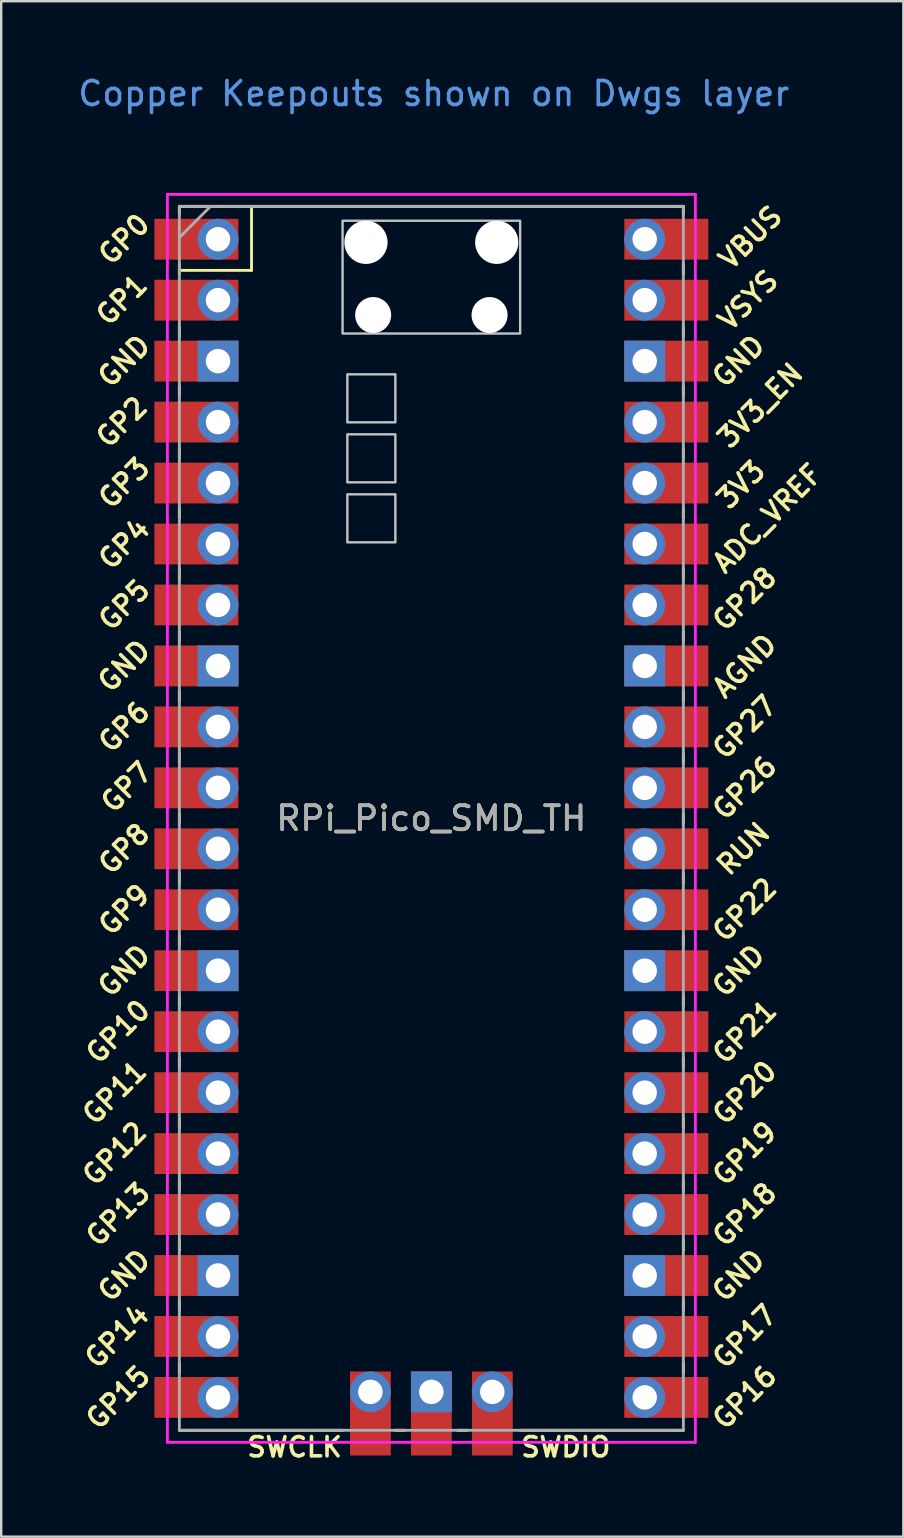
<source format=kicad_pcb>
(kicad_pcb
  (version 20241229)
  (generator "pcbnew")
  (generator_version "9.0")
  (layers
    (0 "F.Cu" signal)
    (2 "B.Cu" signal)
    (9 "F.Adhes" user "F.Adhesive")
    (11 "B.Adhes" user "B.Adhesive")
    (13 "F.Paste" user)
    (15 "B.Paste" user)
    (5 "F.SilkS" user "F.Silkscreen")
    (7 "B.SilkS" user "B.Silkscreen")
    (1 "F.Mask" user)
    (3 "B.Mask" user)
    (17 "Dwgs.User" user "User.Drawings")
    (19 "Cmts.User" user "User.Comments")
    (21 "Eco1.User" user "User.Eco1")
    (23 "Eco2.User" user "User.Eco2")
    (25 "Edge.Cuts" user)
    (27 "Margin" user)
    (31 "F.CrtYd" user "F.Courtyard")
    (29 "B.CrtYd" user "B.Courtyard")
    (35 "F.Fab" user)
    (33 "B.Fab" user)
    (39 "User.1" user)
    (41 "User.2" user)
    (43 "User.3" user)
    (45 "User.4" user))
  (footprint "RPi_Pico_SMD_TH"
    (layer "F.Cu")
    (at 14.924 31.048)
    (property "Reference" "RPi_Pico_SMD_TH" (at 0 0 0) (layer "F.SilkS") (effects (font (size 1 1) (thickness 0.15))))
    (attr through_hole)
    (fp_line (start -10.5 -25.5) (end -10.5 -25.2) (stroke (width 0.12) (type solid)) (layer "F.SilkS"))
    (fp_line (start -10.5 -25.5) (end 10.5 -25.5) (stroke (width 0.12) (type solid)) (layer "F.SilkS"))
    (fp_line (start -10.5 -23.1) (end -10.5 -22.7) (stroke (width 0.12) (type solid)) (layer "F.SilkS"))
    (fp_line (start -10.5 -22.833) (end -7.493 -22.833) (stroke (width 0.12) (type solid)) (layer "F.SilkS"))
    (fp_line (start -10.5 -20.5) (end -10.5 -20.1) (stroke (width 0.12) (type solid)) (layer "F.SilkS"))
    (fp_line (start -10.5 -18) (end -10.5 -17.6) (stroke (width 0.12) (type solid)) (layer "F.SilkS"))
    (fp_line (start -10.5 -15.4) (end -10.5 -15) (stroke (width 0.12) (type solid)) (layer "F.SilkS"))
    (fp_line (start -10.5 -12.9) (end -10.5 -12.5) (stroke (width 0.12) (type solid)) (layer "F.SilkS"))
    (fp_line (start -10.5 -10.4) (end -10.5 -10) (stroke (width 0.12) (type solid)) (layer "F.SilkS"))
    (fp_line (start -10.5 -7.8) (end -10.5 -7.4) (stroke (width 0.12) (type solid)) (layer "F.SilkS"))
    (fp_line (start -10.5 -5.3) (end -10.5 -4.9) (stroke (width 0.12) (type solid)) (layer "F.SilkS"))
    (fp_line (start -10.5 -2.7) (end -10.5 -2.3) (stroke (width 0.12) (type solid)) (layer "F.SilkS"))
    (fp_line (start -10.5 -0.2) (end -10.5 0.2) (stroke (width 0.12) (type solid)) (layer "F.SilkS"))
    (fp_line (start -10.5 2.3) (end -10.5 2.7) (stroke (width 0.12) (type solid)) (layer "F.SilkS"))
    (fp_line (start -10.5 4.9) (end -10.5 5.3) (stroke (width 0.12) (type solid)) (layer "F.SilkS"))
    (fp_line (start -10.5 7.4) (end -10.5 7.8) (stroke (width 0.12) (type solid)) (layer "F.SilkS"))
    (fp_line (start -10.5 10) (end -10.5 10.4) (stroke (width 0.12) (type solid)) (layer "F.SilkS"))
    (fp_line (start -10.5 12.5) (end -10.5 12.9) (stroke (width 0.12) (type solid)) (layer "F.SilkS"))
    (fp_line (start -10.5 15.1) (end -10.5 15.5) (stroke (width 0.12) (type solid)) (layer "F.SilkS"))
    (fp_line (start -10.5 17.6) (end -10.5 18) (stroke (width 0.12) (type solid)) (layer "F.SilkS"))
    (fp_line (start -10.5 20.1) (end -10.5 20.5) (stroke (width 0.12) (type solid)) (layer "F.SilkS"))
    (fp_line (start -10.5 22.7) (end -10.5 23.1) (stroke (width 0.12) (type solid)) (layer "F.SilkS"))
    (fp_line (start -7.493 -22.833) (end -7.493 -25.5) (stroke (width 0.12) (type solid)) (layer "F.SilkS"))
    (fp_line (start -3.7 25.5) (end -10.5 25.5) (stroke (width 0.12) (type solid)) (layer "F.SilkS"))
    (fp_line (start -1.5 25.5) (end -1.1 25.5) (stroke (width 0.12) (type solid)) (layer "F.SilkS"))
    (fp_line (start 1.1 25.5) (end 1.5 25.5) (stroke (width 0.12) (type solid)) (layer "F.SilkS"))
    (fp_line (start 10.5 -25.5) (end 10.5 -25.2) (stroke (width 0.12) (type solid)) (layer "F.SilkS"))
    (fp_line (start 10.5 -23.1) (end 10.5 -22.7) (stroke (width 0.12) (type solid)) (layer "F.SilkS"))
    (fp_line (start 10.5 -20.5) (end 10.5 -20.1) (stroke (width 0.12) (type solid)) (layer "F.SilkS"))
    (fp_line (start 10.5 -18) (end 10.5 -17.6) (stroke (width 0.12) (type solid)) (layer "F.SilkS"))
    (fp_line (start 10.5 -15.4) (end 10.5 -15) (stroke (width 0.12) (type solid)) (layer "F.SilkS"))
    (fp_line (start 10.5 -12.9) (end 10.5 -12.5) (stroke (width 0.12) (type solid)) (layer "F.SilkS"))
    (fp_line (start 10.5 -10.4) (end 10.5 -10) (stroke (width 0.12) (type solid)) (layer "F.SilkS"))
    (fp_line (start 10.5 -7.8) (end 10.5 -7.4) (stroke (width 0.12) (type solid)) (layer "F.SilkS"))
    (fp_line (start 10.5 -5.3) (end 10.5 -4.9) (stroke (width 0.12) (type solid)) (layer "F.SilkS"))
    (fp_line (start 10.5 -2.7) (end 10.5 -2.3) (stroke (width 0.12) (type solid)) (layer "F.SilkS"))
    (fp_line (start 10.5 -0.2) (end 10.5 0.2) (stroke (width 0.12) (type solid)) (layer "F.SilkS"))
    (fp_line (start 10.5 2.3) (end 10.5 2.7) (stroke (width 0.12) (type solid)) (layer "F.SilkS"))
    (fp_line (start 10.5 4.9) (end 10.5 5.3) (stroke (width 0.12) (type solid)) (layer "F.SilkS"))
    (fp_line (start 10.5 7.4) (end 10.5 7.8) (stroke (width 0.12) (type solid)) (layer "F.SilkS"))
    (fp_line (start 10.5 10) (end 10.5 10.4) (stroke (width 0.12) (type solid)) (layer "F.SilkS"))
    (fp_line (start 10.5 12.5) (end 10.5 12.9) (stroke (width 0.12) (type solid)) (layer "F.SilkS"))
    (fp_line (start 10.5 15.1) (end 10.5 15.5) (stroke (width 0.12) (type solid)) (layer "F.SilkS"))
    (fp_line (start 10.5 17.6) (end 10.5 18) (stroke (width 0.12) (type solid)) (layer "F.SilkS"))
    (fp_line (start 10.5 20.1) (end 10.5 20.5) (stroke (width 0.12) (type solid)) (layer "F.SilkS"))
    (fp_line (start 10.5 22.7) (end 10.5 23.1) (stroke (width 0.12) (type solid)) (layer "F.SilkS"))
    (fp_line (start 10.5 25.5) (end 3.7 25.5) (stroke (width 0.12) (type solid)) (layer "F.SilkS"))
    (fp_poly (pts (xy -1.5 -16.5) (xy -3.5 -16.5) (xy -3.5 -18.5) (xy -1.5 -18.5)) (stroke (width 0.1) (type solid)) (fill no) (layer "Dwgs.User"))
    (fp_poly (pts (xy -1.5 -14) (xy -3.5 -14) (xy -3.5 -16) (xy -1.5 -16)) (stroke (width 0.1) (type solid)) (fill no) (layer "Dwgs.User"))
    (fp_poly (pts (xy -1.5 -11.5) (xy -3.5 -11.5) (xy -3.5 -13.5) (xy -1.5 -13.5)) (stroke (width 0.1) (type solid)) (fill no) (layer "Dwgs.User"))
    (fp_poly (pts (xy 3.7 -20.2) (xy -3.7 -20.2) (xy -3.7 -24.9) (xy 3.7 -24.9)) (stroke (width 0.1) (type solid)) (fill no) (layer "Dwgs.User"))
    (fp_line (start -11 -26) (end 11 -26) (stroke (width 0.12) (type solid)) (layer "F.CrtYd"))
    (fp_line (start -11 26) (end -11 -26) (stroke (width 0.12) (type solid)) (layer "F.CrtYd"))
    (fp_line (start 11 -26) (end 11 26) (stroke (width 0.12) (type solid)) (layer "F.CrtYd"))
    (fp_line (start 11 26) (end -11 26) (stroke (width 0.12) (type solid)) (layer "F.CrtYd"))
    (fp_line (start -10.5 -25.5) (end 10.5 -25.5) (stroke (width 0.12) (type solid)) (layer "F.Fab"))
    (fp_line (start -10.5 -24.2) (end -9.2 -25.5) (stroke (width 0.12) (type solid)) (layer "F.Fab"))
    (fp_line (start -10.5 25.5) (end -10.5 -25.5) (stroke (width 0.12) (type solid)) (layer "F.Fab"))
    (fp_line (start 10.5 -25.5) (end 10.5 25.5) (stroke (width 0.12) (type solid)) (layer "F.Fab"))
    (fp_line (start 10.5 25.5) (end -10.5 25.5) (stroke (width 0.12) (type solid)) (layer "F.Fab"))
    (fp_text user "VSYS" (at 13.2 -21.59 45) (layer "F.SilkS") (effects (font (size 0.8 0.8) (thickness 0.15))))
    (fp_text user "GP17" (at 13.054 21.59 45) (layer "F.SilkS") (effects (font (size 0.8 0.8) (thickness 0.15))))
    (fp_text user "AGND" (at 13.054 -6.35 45) (layer "F.SilkS") (effects (font (size 0.8 0.8) (thickness 0.15))))
    (fp_text user "GP12" (at -13.2 13.97 45) (layer "F.SilkS") (effects (font (size 0.8 0.8) (thickness 0.15))))
    (fp_text user "GP7" (at -12.7 -1.3 45) (layer "F.SilkS") (effects (font (size 0.8 0.8) (thickness 0.15))))
    (fp_text user "GND" (at 12.8 19.05 45) (layer "F.SilkS") (effects (font (size 0.8 0.8) (thickness 0.15))))
    (fp_text user "GND" (at -12.8 -6.35 45) (layer "F.SilkS") (effects (font (size 0.8 0.8) (thickness 0.15))))
    (fp_text user "GND" (at 12.8 6.35 45) (layer "F.SilkS") (effects (font (size 0.8 0.8) (thickness 0.15))))
    (fp_text user "GP3" (at -12.8 -13.97 45) (layer "F.SilkS") (effects (font (size 0.8 0.8) (thickness 0.15))))
    (fp_text user "GP2" (at -12.9 -16.51 45) (layer "F.SilkS") (effects (font (size 0.8 0.8) (thickness 0.15))))
    (fp_text user "GP8" (at -12.8 1.27 45) (layer "F.SilkS") (effects (font (size 0.8 0.8) (thickness 0.15))))
    (fp_text user "GP26" (at 13.054 -1.27 45) (layer "F.SilkS") (effects (font (size 0.8 0.8) (thickness 0.15))))
    (fp_text user "GP5" (at -12.8 -8.89 45) (layer "F.SilkS") (effects (font (size 0.8 0.8) (thickness 0.15))))
    (fp_text user "GP4" (at -12.8 -11.43 45) (layer "F.SilkS") (effects (font (size 0.8 0.8) (thickness 0.15))))
    (fp_text user "RUN" (at 13 1.27 45) (layer "F.SilkS") (effects (font (size 0.8 0.8) (thickness 0.15))))
    (fp_text user "GP21" (at 13.054 8.9 45) (layer "F.SilkS") (effects (font (size 0.8 0.8) (thickness 0.15))))
    (fp_text user "GP20" (at 13.054 11.43 45) (layer "F.SilkS") (effects (font (size 0.8 0.8) (thickness 0.15))))
    (fp_text user "GP1" (at -12.9 -21.6 45) (layer "F.SilkS") (effects (font (size 0.8 0.8) (thickness 0.15))))
    (fp_text user "GND" (at 12.8 -19.05 45) (layer "F.SilkS") (effects (font (size 0.8 0.8) (thickness 0.15))))
    (fp_text user "ADC_VREF" (at 14 -12.5 45) (layer "F.SilkS") (effects (font (size 0.8 0.8) (thickness 0.15))))
    (fp_text user "GP22" (at 13.054 3.81 45) (layer "F.SilkS") (effects (font (size 0.8 0.8) (thickness 0.15))))
    (fp_text user "SWCLK" (at -5.7 26.2 0) (layer "F.SilkS") (effects (font (size 0.8 0.8) (thickness 0.15))))
    (fp_text user "GP10" (at -13.054 8.89 45) (layer "F.SilkS") (effects (font (size 0.8 0.8) (thickness 0.15))))
    (fp_text user "GP15" (at -13.054 24.13 45) (layer "F.SilkS") (effects (font (size 0.8 0.8) (thickness 0.15))))
    (fp_text user "GP27" (at 13.054 -3.8 45) (layer "F.SilkS") (effects (font (size 0.8 0.8) (thickness 0.15))))
    (fp_text user "GND" (at -12.8 -19.05 45) (layer "F.SilkS") (effects (font (size 0.8 0.8) (thickness 0.15))))
    (fp_text user "GP6" (at -12.8 -3.81 45) (layer "F.SilkS") (effects (font (size 0.8 0.8) (thickness 0.15))))
    (fp_text user "GP13" (at -13.054 16.51 45) (layer "F.SilkS") (effects (font (size 0.8 0.8) (thickness 0.15))))
    (fp_text user "SWDIO" (at 5.6 26.2 0) (layer "F.SilkS") (effects (font (size 0.8 0.8) (thickness 0.15))))
    (fp_text user "3V3" (at 12.9 -13.9 45) (layer "F.SilkS") (effects (font (size 0.8 0.8) (thickness 0.15))))
    (fp_text user "GP18" (at 13.054 16.51 45) (layer "F.SilkS") (effects (font (size 0.8 0.8) (thickness 0.15))))
    (fp_text user "GND" (at -12.8 6.35 45) (layer "F.SilkS") (effects (font (size 0.8 0.8) (thickness 0.15))))
    (fp_text user "GP9" (at -12.8 3.81 45) (layer "F.SilkS") (effects (font (size 0.8 0.8) (thickness 0.15))))
    (fp_text user "GP19" (at 13.054 13.97 45) (layer "F.SilkS") (effects (font (size 0.8 0.8) (thickness 0.15))))
    (fp_text user "GP0" (at -12.8 -24.13 45) (layer "F.SilkS") (effects (font (size 0.8 0.8) (thickness 0.15))))
    (fp_text user "GP16" (at 13.054 24.13 45) (layer "F.SilkS") (effects (font (size 0.8 0.8) (thickness 0.15))))
    (fp_text user "GP11" (at -13.2 11.43 45) (layer "F.SilkS") (effects (font (size 0.8 0.8) (thickness 0.15))))
    (fp_text user "GP28" (at 13.054 -9.144 45) (layer "F.SilkS") (effects (font (size 0.8 0.8) (thickness 0.15))))
    (fp_text user "3V3_EN" (at 13.7 -17.2 45) (layer "F.SilkS") (effects (font (size 0.8 0.8) (thickness 0.15))))
    (fp_text user "GP14" (at -13.1 21.59 45) (layer "F.SilkS") (effects (font (size 0.8 0.8) (thickness 0.15))))
    (fp_text user "VBUS" (at 13.3 -24.2 45) (layer "F.SilkS") (effects (font (size 0.8 0.8) (thickness 0.15))))
    (fp_text user "GND" (at -12.8 19.05 45) (layer "F.SilkS") (effects (font (size 0.8 0.8) (thickness 0.15))))
    (fp_text user "Copper Keepouts shown on Dwgs layer" (at 0.1 -30.2 0) (layer "Cmts.User") (effects (font (size 1 1) (thickness 0.15))))
    (fp_text user "${REFERENCE}" (at 0 0 180) (layer "F.Fab") (effects (font (size 1 1) (thickness 0.15))))
    (pad "" np_thru_hole oval (at -2.725 -24) (size 1.8 1.8) (drill 1.8) (layers "*.Cu" "*.Mask"))
    (pad "" np_thru_hole oval (at -2.425 -20.97) (size 1.5 1.5) (drill 1.5) (layers "*.Cu" "*.Mask"))
    (pad "" np_thru_hole oval (at 2.425 -20.97) (size 1.5 1.5) (drill 1.5) (layers "*.Cu" "*.Mask"))
    (pad "" np_thru_hole oval (at 2.725 -24) (size 1.8 1.8) (drill 1.8) (layers "*.Cu" "*.Mask"))
    (pad "1" thru_hole oval (at -8.89 -24.13) (size 1.7 1.7) (drill 1.02) (layers "*.Cu" "*.Mask"))
    (pad "1" smd rect (at -8.89 -24.13) (size 3.5 1.7) (drill (offset -0.9 0)) (layers "F.Cu" "F.Mask"))
    (pad "2" thru_hole oval (at -8.89 -21.59) (size 1.7 1.7) (drill 1.02) (layers "*.Cu" "*.Mask"))
    (pad "2" smd rect (at -8.89 -21.59) (size 3.5 1.7) (drill (offset -0.9 0)) (layers "F.Cu" "F.Mask"))
    (pad "3" thru_hole rect (at -8.89 -19.05) (size 1.7 1.7) (drill 1.02) (layers "*.Cu" "*.Mask"))
    (pad "3" smd rect (at -8.89 -19.05) (size 3.5 1.7) (drill (offset -0.9 0)) (layers "F.Cu" "F.Mask"))
    (pad "4" thru_hole oval (at -8.89 -16.51) (size 1.7 1.7) (drill 1.02) (layers "*.Cu" "*.Mask"))
    (pad "4" smd rect (at -8.89 -16.51) (size 3.5 1.7) (drill (offset -0.9 0)) (layers "F.Cu" "F.Mask"))
    (pad "5" thru_hole oval (at -8.89 -13.97) (size 1.7 1.7) (drill 1.02) (layers "*.Cu" "*.Mask"))
    (pad "5" smd rect (at -8.89 -13.97) (size 3.5 1.7) (drill (offset -0.9 0)) (layers "F.Cu" "F.Mask"))
    (pad "6" thru_hole oval (at -8.89 -11.43) (size 1.7 1.7) (drill 1.02) (layers "*.Cu" "*.Mask"))
    (pad "6" smd rect (at -8.89 -11.43) (size 3.5 1.7) (drill (offset -0.9 0)) (layers "F.Cu" "F.Mask"))
    (pad "7" thru_hole oval (at -8.89 -8.89) (size 1.7 1.7) (drill 1.02) (layers "*.Cu" "*.Mask"))
    (pad "7" smd rect (at -8.89 -8.89) (size 3.5 1.7) (drill (offset -0.9 0)) (layers "F.Cu" "F.Mask"))
    (pad "8" thru_hole rect (at -8.89 -6.35) (size 1.7 1.7) (drill 1.02) (layers "*.Cu" "*.Mask"))
    (pad "8" smd rect (at -8.89 -6.35) (size 3.5 1.7) (drill (offset -0.9 0)) (layers "F.Cu" "F.Mask"))
    (pad "9" thru_hole oval (at -8.89 -3.81) (size 1.7 1.7) (drill 1.02) (layers "*.Cu" "*.Mask"))
    (pad "9" smd rect (at -8.89 -3.81) (size 3.5 1.7) (drill (offset -0.9 0)) (layers "F.Cu" "F.Mask"))
    (pad "10" thru_hole oval (at -8.89 -1.27) (size 1.7 1.7) (drill 1.02) (layers "*.Cu" "*.Mask"))
    (pad "10" smd rect (at -8.89 -1.27) (size 3.5 1.7) (drill (offset -0.9 0)) (layers "F.Cu" "F.Mask"))
    (pad "11" thru_hole oval (at -8.89 1.27) (size 1.7 1.7) (drill 1.02) (layers "*.Cu" "*.Mask"))
    (pad "11" smd rect (at -8.89 1.27) (size 3.5 1.7) (drill (offset -0.9 0)) (layers "F.Cu" "F.Mask"))
    (pad "12" thru_hole oval (at -8.89 3.81) (size 1.7 1.7) (drill 1.02) (layers "*.Cu" "*.Mask"))
    (pad "12" smd rect (at -8.89 3.81) (size 3.5 1.7) (drill (offset -0.9 0)) (layers "F.Cu" "F.Mask"))
    (pad "13" thru_hole rect (at -8.89 6.35) (size 1.7 1.7) (drill 1.02) (layers "*.Cu" "*.Mask"))
    (pad "13" smd rect (at -8.89 6.35) (size 3.5 1.7) (drill (offset -0.9 0)) (layers "F.Cu" "F.Mask"))
    (pad "14" thru_hole oval (at -8.89 8.89) (size 1.7 1.7) (drill 1.02) (layers "*.Cu" "*.Mask"))
    (pad "14" smd rect (at -8.89 8.89) (size 3.5 1.7) (drill (offset -0.9 0)) (layers "F.Cu" "F.Mask"))
    (pad "15" thru_hole oval (at -8.89 11.43) (size 1.7 1.7) (drill 1.02) (layers "*.Cu" "*.Mask"))
    (pad "15" smd rect (at -8.89 11.43) (size 3.5 1.7) (drill (offset -0.9 0)) (layers "F.Cu" "F.Mask"))
    (pad "16" thru_hole oval (at -8.89 13.97) (size 1.7 1.7) (drill 1.02) (layers "*.Cu" "*.Mask"))
    (pad "16" smd rect (at -8.89 13.97) (size 3.5 1.7) (drill (offset -0.9 0)) (layers "F.Cu" "F.Mask"))
    (pad "17" thru_hole oval (at -8.89 16.51) (size 1.7 1.7) (drill 1.02) (layers "*.Cu" "*.Mask"))
    (pad "17" smd rect (at -8.89 16.51) (size 3.5 1.7) (drill (offset -0.9 0)) (layers "F.Cu" "F.Mask"))
    (pad "18" thru_hole rect (at -8.89 19.05) (size 1.7 1.7) (drill 1.02) (layers "*.Cu" "*.Mask"))
    (pad "18" smd rect (at -8.89 19.05) (size 3.5 1.7) (drill (offset -0.9 0)) (layers "F.Cu" "F.Mask"))
    (pad "19" thru_hole oval (at -8.89 21.59) (size 1.7 1.7) (drill 1.02) (layers "*.Cu" "*.Mask"))
    (pad "19" smd rect (at -8.89 21.59) (size 3.5 1.7) (drill (offset -0.9 0)) (layers "F.Cu" "F.Mask"))
    (pad "20" thru_hole oval (at -8.89 24.13) (size 1.7 1.7) (drill 1.02) (layers "*.Cu" "*.Mask"))
    (pad "20" smd rect (at -8.89 24.13) (size 3.5 1.7) (drill (offset -0.9 0)) (layers "F.Cu" "F.Mask"))
    (pad "21" thru_hole oval (at 8.89 24.13) (size 1.7 1.7) (drill 1.02) (layers "*.Cu" "*.Mask"))
    (pad "21" smd rect (at 8.89 24.13) (size 3.5 1.7) (drill (offset 0.9 0)) (layers "F.Cu" "F.Mask"))
    (pad "22" thru_hole oval (at 8.89 21.59) (size 1.7 1.7) (drill 1.02) (layers "*.Cu" "*.Mask"))
    (pad "22" smd rect (at 8.89 21.59) (size 3.5 1.7) (drill (offset 0.9 0)) (layers "F.Cu" "F.Mask"))
    (pad "23" thru_hole rect (at 8.89 19.05) (size 1.7 1.7) (drill 1.02) (layers "*.Cu" "*.Mask"))
    (pad "23" smd rect (at 8.89 19.05) (size 3.5 1.7) (drill (offset 0.9 0)) (layers "F.Cu" "F.Mask"))
    (pad "24" thru_hole oval (at 8.89 16.51) (size 1.7 1.7) (drill 1.02) (layers "*.Cu" "*.Mask"))
    (pad "24" smd rect (at 8.89 16.51) (size 3.5 1.7) (drill (offset 0.9 0)) (layers "F.Cu" "F.Mask"))
    (pad "25" thru_hole oval (at 8.89 13.97) (size 1.7 1.7) (drill 1.02) (layers "*.Cu" "*.Mask"))
    (pad "25" smd rect (at 8.89 13.97) (size 3.5 1.7) (drill (offset 0.9 0)) (layers "F.Cu" "F.Mask"))
    (pad "26" thru_hole oval (at 8.89 11.43) (size 1.7 1.7) (drill 1.02) (layers "*.Cu" "*.Mask"))
    (pad "26" smd rect (at 8.89 11.43) (size 3.5 1.7) (drill (offset 0.9 0)) (layers "F.Cu" "F.Mask"))
    (pad "27" thru_hole oval (at 8.89 8.89) (size 1.7 1.7) (drill 1.02) (layers "*.Cu" "*.Mask"))
    (pad "27" smd rect (at 8.89 8.89) (size 3.5 1.7) (drill (offset 0.9 0)) (layers "F.Cu" "F.Mask"))
    (pad "28" thru_hole rect (at 8.89 6.35) (size 1.7 1.7) (drill 1.02) (layers "*.Cu" "*.Mask"))
    (pad "28" smd rect (at 8.89 6.35) (size 3.5 1.7) (drill (offset 0.9 0)) (layers "F.Cu" "F.Mask"))
    (pad "29" thru_hole oval (at 8.89 3.81) (size 1.7 1.7) (drill 1.02) (layers "*.Cu" "*.Mask"))
    (pad "29" smd rect (at 8.89 3.81) (size 3.5 1.7) (drill (offset 0.9 0)) (layers "F.Cu" "F.Mask"))
    (pad "30" thru_hole oval (at 8.89 1.27) (size 1.7 1.7) (drill 1.02) (layers "*.Cu" "*.Mask"))
    (pad "30" smd rect (at 8.89 1.27) (size 3.5 1.7) (drill (offset 0.9 0)) (layers "F.Cu" "F.Mask"))
    (pad "31" thru_hole oval (at 8.89 -1.27) (size 1.7 1.7) (drill 1.02) (layers "*.Cu" "*.Mask"))
    (pad "31" smd rect (at 8.89 -1.27) (size 3.5 1.7) (drill (offset 0.9 0)) (layers "F.Cu" "F.Mask"))
    (pad "32" thru_hole oval (at 8.89 -3.81) (size 1.7 1.7) (drill 1.02) (layers "*.Cu" "*.Mask"))
    (pad "32" smd rect (at 8.89 -3.81) (size 3.5 1.7) (drill (offset 0.9 0)) (layers "F.Cu" "F.Mask"))
    (pad "33" thru_hole rect (at 8.89 -6.35) (size 1.7 1.7) (drill 1.02) (layers "*.Cu" "*.Mask"))
    (pad "33" smd rect (at 8.89 -6.35) (size 3.5 1.7) (drill (offset 0.9 0)) (layers "F.Cu" "F.Mask"))
    (pad "34" thru_hole oval (at 8.89 -8.89) (size 1.7 1.7) (drill 1.02) (layers "*.Cu" "*.Mask"))
    (pad "34" smd rect (at 8.89 -8.89) (size 3.5 1.7) (drill (offset 0.9 0)) (layers "F.Cu" "F.Mask"))
    (pad "35" thru_hole oval (at 8.89 -11.43) (size 1.7 1.7) (drill 1.02) (layers "*.Cu" "*.Mask"))
    (pad "35" smd rect (at 8.89 -11.43) (size 3.5 1.7) (drill (offset 0.9 0)) (layers "F.Cu" "F.Mask"))
    (pad "36" thru_hole oval (at 8.89 -13.97) (size 1.7 1.7) (drill 1.02) (layers "*.Cu" "*.Mask"))
    (pad "36" smd rect (at 8.89 -13.97) (size 3.5 1.7) (drill (offset 0.9 0)) (layers "F.Cu" "F.Mask"))
    (pad "37" thru_hole oval (at 8.89 -16.51) (size 1.7 1.7) (drill 1.02) (layers "*.Cu" "*.Mask"))
    (pad "37" smd rect (at 8.89 -16.51) (size 3.5 1.7) (drill (offset 0.9 0)) (layers "F.Cu" "F.Mask"))
    (pad "38" thru_hole rect (at 8.89 -19.05) (size 1.7 1.7) (drill 1.02) (layers "*.Cu" "*.Mask"))
    (pad "38" smd rect (at 8.89 -19.05) (size 3.5 1.7) (drill (offset 0.9 0)) (layers "F.Cu" "F.Mask"))
    (pad "39" thru_hole oval (at 8.89 -21.59) (size 1.7 1.7) (drill 1.02) (layers "*.Cu" "*.Mask"))
    (pad "39" smd rect (at 8.89 -21.59) (size 3.5 1.7) (drill (offset 0.9 0)) (layers "F.Cu" "F.Mask"))
    (pad "40" thru_hole oval (at 8.89 -24.13) (size 1.7 1.7) (drill 1.02) (layers "*.Cu" "*.Mask"))
    (pad "40" smd rect (at 8.89 -24.13) (size 3.5 1.7) (drill (offset 0.9 0)) (layers "F.Cu" "F.Mask"))
    (pad "41" thru_hole oval (at -2.54 23.9) (size 1.7 1.7) (drill 1.02) (layers "*.Cu" "*.Mask"))
    (pad "41" smd rect (at -2.54 23.9 90) (size 3.5 1.7) (drill (offset -0.9 0)) (layers "F.Cu" "F.Mask"))
    (pad "42" thru_hole rect (at 0 23.9) (size 1.7 1.7) (drill 1.02) (layers "*.Cu" "*.Mask"))
    (pad "42" smd rect (at 0 23.9 90) (size 3.5 1.7) (drill (offset -0.9 0)) (layers "F.Cu" "F.Mask"))
    (pad "43" thru_hole oval (at 2.54 23.9) (size 1.7 1.7) (drill 1.02) (layers "*.Cu" "*.Mask"))
    (pad "43" smd rect (at 2.54 23.9 90) (size 3.5 1.7) (drill (offset -0.9 0)) (layers "F.Cu" "F.Mask")))
  (gr_rect
    (start -3 -3)
    (end 34.591 60.98)
    (stroke (width 0.1) (type default))
    (fill no)
    (layer "Edge.Cuts")))
</source>
